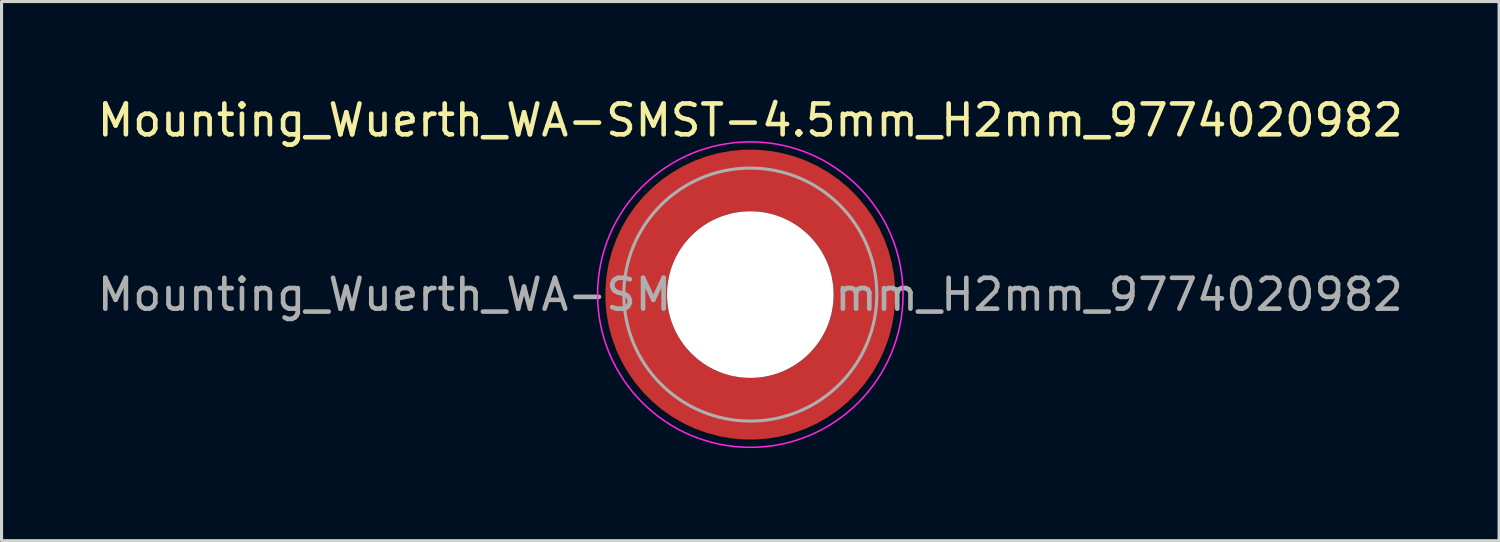
<source format=kicad_pcb>
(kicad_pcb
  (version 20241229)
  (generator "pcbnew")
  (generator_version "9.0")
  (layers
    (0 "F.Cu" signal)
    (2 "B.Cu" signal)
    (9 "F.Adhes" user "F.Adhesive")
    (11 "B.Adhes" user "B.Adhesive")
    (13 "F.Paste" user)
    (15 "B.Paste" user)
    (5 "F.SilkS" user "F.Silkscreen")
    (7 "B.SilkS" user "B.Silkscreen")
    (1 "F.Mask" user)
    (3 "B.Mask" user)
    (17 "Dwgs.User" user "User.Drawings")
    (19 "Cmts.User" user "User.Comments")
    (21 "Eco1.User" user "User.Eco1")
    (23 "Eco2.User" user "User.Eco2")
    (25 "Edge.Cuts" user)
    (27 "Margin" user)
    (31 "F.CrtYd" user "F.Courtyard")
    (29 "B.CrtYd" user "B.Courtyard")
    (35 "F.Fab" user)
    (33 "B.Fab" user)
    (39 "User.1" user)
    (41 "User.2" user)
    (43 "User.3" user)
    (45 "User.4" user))
  (footprint "Mounting_Wuerth_WA-SMST-4.5mm_H2mm_9774020982"
    (layer "F.Cu")
    (at 21.268 6.498)
    (property "Reference" "Mounting_Wuerth_WA-SMST-4.5mm_H2mm_9774020982" (at 0 -5.65 0) (layer "F.SilkS") (effects (font (size 1 1) (thickness 0.15))))
    (attr smd)
    (fp_circle (center 0 0) (end 4.95 0) (stroke (width 0.05) (type solid)) (fill no) (layer "F.CrtYd"))
    (fp_circle (center 0 0) (end 4.1 0) (stroke (width 0.1) (type solid)) (fill no) (layer "F.Fab"))
    (fp_text user "${REFERENCE}" (at 0 0 0) (layer "F.Fab") (effects (font (size 1 1) (thickness 0.15))))
    (pad "" smd custom (at -2.607 -2.607) (size 1.495 1.495) (layers "F.Paste") (options (anchor circle)) (primitives (gr_arc (start -0.188183 2.107456) (mid 0.598928 0.599619) (end 2.106494 -0.188011) (width 0.2)) (gr_arc (start -0.289416 2.107456) (mid 0.528508 0.529033) (end 2.106724 -0.28929) (width 0.2)) (gr_arc (start -0.390547 2.107456) (mid 0.457087 0.459449) (end 2.104161 -0.389996) (width 0.2)) (gr_arc (start -0.491585 2.107456) (mid 0.386415 0.389116) (end 2.103685 -0.490974) (width 0.2)) (gr_arc (start -0.59254 2.107456) (mid 0.31649 0.318035) (end 2.105297 -0.592202) (width 0.2)) (gr_arc (start -0.693419 2.107456) (mid 0.245252 0.248268) (end 2.103239 -0.692777) (width 0.2)) (gr_arc (start -0.794229 2.107456) (mid 0.174636 0.177878) (end 2.102921 -0.793559) (width 0.2)) (gr_arc (start -0.894975 2.107456) (mid 0.104643 0.106866) (end 2.104343 -0.894529) (width 0.2)) (gr_arc (start -0.995664 2.107456) (mid 0.033026 0.037479) (end 2.101219 -0.994793) (width 0.2)) (gr_arc (start -1.0963 2.107456) (mid -0.035789 -0.034714) (end 2.105949 -1.096096) (width 0.2)) (gr_arc (start -1.196886 2.107456) (mid -0.106351 -0.105157) (end 2.105783 -1.196666) (width 0.2)) (gr_arc (start -1.297427 2.107456) (mid -0.176416 -0.176097) (end 2.107009 -1.29737) (width 0.2)) (gr_arc (start -1.397927 2.107456) (mid -0.248476 -0.245042) (end 2.102638 -1.397323) (width 0.2)) (gr_arc (start -1.498388 2.107456) (mid -0.317612 -0.316913) (end 2.106475 -1.498268) (width 0.2)) (gr_arc (start -1.598813 2.107456) (mid -0.388865 -0.386665) (end 2.104366 -1.598444) (width 0.2)) (gr_arc (start -1.699204 2.107456) (mid -0.459747 -0.456787) (end 2.103299 -1.698719) (width 0.2)) (gr_arc (start -1.799565 2.107456) (mid -0.530257 -0.527283) (end 2.103277 -1.799089) (width 0.2)) (gr_arc (start -1.899896 2.107456) (mid -0.600396 -0.59815) (end 2.104299 -1.899545) (width 0.2)) (gr_arc (start -1.899896 2.107456) (mid -0.600396 -0.59815) (end 2.104299 -1.899545) (width 0.2)) (gr_line (start 2.107 -0.188) (end 2.107 -1.9) (width 0.2)) (gr_line (start -0.188 2.107) (end -1.9 2.107) (width 0.2))))
    (pad "" smd custom (at -2.607 2.607) (size 1.495 1.495) (layers "F.Paste") (options (anchor circle)) (primitives (gr_arc (start 2.107456 0.188183) (mid 0.599619 -0.598928) (end -0.188011 -2.106494) (width 0.2)) (gr_arc (start 2.107456 0.289416) (mid 0.529033 -0.528508) (end -0.28929 -2.106724) (width 0.2)) (gr_arc (start 2.107456 0.390547) (mid 0.459449 -0.457087) (end -0.389996 -2.104161) (width 0.2)) (gr_arc (start 2.107456 0.491585) (mid 0.389116 -0.386415) (end -0.490974 -2.103685) (width 0.2)) (gr_arc (start 2.107456 0.59254) (mid 0.318035 -0.31649) (end -0.592202 -2.105297) (width 0.2)) (gr_arc (start 2.107456 0.693419) (mid 0.248268 -0.245252) (end -0.692777 -2.103239) (width 0.2)) (gr_arc (start 2.107456 0.794229) (mid 0.177878 -0.174636) (end -0.793559 -2.102921) (width 0.2)) (gr_arc (start 2.107456 0.894975) (mid 0.106866 -0.104643) (end -0.894529 -2.104343) (width 0.2)) (gr_arc (start 2.107456 0.995664) (mid 0.037479 -0.033026) (end -0.994793 -2.101219) (width 0.2)) (gr_arc (start 2.107456 1.0963) (mid -0.034714 0.035789) (end -1.096096 -2.105949) (width 0.2)) (gr_arc (start 2.107456 1.196886) (mid -0.105157 0.106351) (end -1.196666 -2.105783) (width 0.2)) (gr_arc (start 2.107456 1.297427) (mid -0.176097 0.176416) (end -1.29737 -2.107009) (width 0.2)) (gr_arc (start 2.107456 1.397927) (mid -0.245042 0.248476) (end -1.397323 -2.102638) (width 0.2)) (gr_arc (start 2.107456 1.498388) (mid -0.316913 0.317612) (end -1.498268 -2.106475) (width 0.2)) (gr_arc (start 2.107456 1.598813) (mid -0.386665 0.388865) (end -1.598444 -2.104366) (width 0.2)) (gr_arc (start 2.107456 1.699204) (mid -0.456787 0.459747) (end -1.698719 -2.103299) (width 0.2)) (gr_arc (start 2.107456 1.799565) (mid -0.527283 0.530257) (end -1.799089 -2.103277) (width 0.2)) (gr_arc (start 2.107456 1.899896) (mid -0.59815 0.600396) (end -1.899545 -2.104299) (width 0.2)) (gr_arc (start 2.107456 1.899896) (mid -0.59815 0.600396) (end -1.899545 -2.104299) (width 0.2)) (gr_line (start -0.188 -2.107) (end -1.9 -2.107) (width 0.2)) (gr_line (start 2.107 0.188) (end 2.107 1.9) (width 0.2))))
    (pad "" np_thru_hole circle (at 0 0) (size 5.4 5.4) (drill 5.4) (layers "*.Cu" "*.Mask"))
    (pad "" smd custom (at 2.607 -2.607) (size 1.495 1.495) (layers "F.Paste") (options (anchor circle)) (primitives (gr_arc (start -2.107456 -0.188183) (mid -0.599619 0.598928) (end 0.188011 2.106494) (width 0.2)) (gr_arc (start -2.107456 -0.289416) (mid -0.529033 0.528508) (end 0.28929 2.106724) (width 0.2)) (gr_arc (start -2.107456 -0.390547) (mid -0.459449 0.457087) (end 0.389996 2.104161) (width 0.2)) (gr_arc (start -2.107456 -0.491585) (mid -0.389116 0.386415) (end 0.490974 2.103685) (width 0.2)) (gr_arc (start -2.107456 -0.59254) (mid -0.318035 0.31649) (end 0.592202 2.105297) (width 0.2)) (gr_arc (start -2.107456 -0.693419) (mid -0.248268 0.245252) (end 0.692777 2.103239) (width 0.2)) (gr_arc (start -2.107456 -0.794229) (mid -0.177878 0.174636) (end 0.793559 2.102921) (width 0.2)) (gr_arc (start -2.107456 -0.894975) (mid -0.106866 0.104643) (end 0.894529 2.104343) (width 0.2)) (gr_arc (start -2.107456 -0.995664) (mid -0.037479 0.033026) (end 0.994793 2.101219) (width 0.2)) (gr_arc (start -2.107456 -1.0963) (mid 0.034714 -0.035789) (end 1.096096 2.105949) (width 0.2)) (gr_arc (start -2.107456 -1.196886) (mid 0.105157 -0.106351) (end 1.196666 2.105783) (width 0.2)) (gr_arc (start -2.107456 -1.297427) (mid 0.176097 -0.176416) (end 1.29737 2.107009) (width 0.2)) (gr_arc (start -2.107456 -1.397927) (mid 0.245042 -0.248476) (end 1.397323 2.102638) (width 0.2)) (gr_arc (start -2.107456 -1.498388) (mid 0.316913 -0.317612) (end 1.498268 2.106475) (width 0.2)) (gr_arc (start -2.107456 -1.598813) (mid 0.386665 -0.388865) (end 1.598444 2.104366) (width 0.2)) (gr_arc (start -2.107456 -1.699204) (mid 0.456787 -0.459747) (end 1.698719 2.103299) (width 0.2)) (gr_arc (start -2.107456 -1.799565) (mid 0.527283 -0.530257) (end 1.799089 2.103277) (width 0.2)) (gr_arc (start -2.107456 -1.899896) (mid 0.59815 -0.600396) (end 1.899545 2.104299) (width 0.2)) (gr_arc (start -2.107456 -1.899896) (mid 0.59815 -0.600396) (end 1.899545 2.104299) (width 0.2)) (gr_line (start 0.188 2.107) (end 1.9 2.107) (width 0.2)) (gr_line (start -2.107 -0.188) (end -2.107 -1.9) (width 0.2))))
    (pad "" smd custom (at 2.607 2.607) (size 1.495 1.495) (layers "F.Paste") (options (anchor circle)) (primitives (gr_arc (start 0.188183 -2.107456) (mid -0.598928 -0.599619) (end -2.106494 0.188011) (width 0.2)) (gr_arc (start 0.289416 -2.107456) (mid -0.528508 -0.529033) (end -2.106724 0.28929) (width 0.2)) (gr_arc (start 0.390547 -2.107456) (mid -0.457087 -0.459449) (end -2.104161 0.389996) (width 0.2)) (gr_arc (start 0.491585 -2.107456) (mid -0.386415 -0.389116) (end -2.103685 0.490974) (width 0.2)) (gr_arc (start 0.59254 -2.107456) (mid -0.31649 -0.318035) (end -2.105297 0.592202) (width 0.2)) (gr_arc (start 0.693419 -2.107456) (mid -0.245252 -0.248268) (end -2.103239 0.692777) (width 0.2)) (gr_arc (start 0.794229 -2.107456) (mid -0.174636 -0.177878) (end -2.102921 0.793559) (width 0.2)) (gr_arc (start 0.894975 -2.107456) (mid -0.104643 -0.106866) (end -2.104343 0.894529) (width 0.2)) (gr_arc (start 0.995664 -2.107456) (mid -0.033026 -0.037479) (end -2.101219 0.994793) (width 0.2)) (gr_arc (start 1.0963 -2.107456) (mid 0.035789 0.034714) (end -2.105949 1.096096) (width 0.2)) (gr_arc (start 1.196886 -2.107456) (mid 0.106351 0.105157) (end -2.105783 1.196666) (width 0.2)) (gr_arc (start 1.297427 -2.107456) (mid 0.176416 0.176097) (end -2.107009 1.29737) (width 0.2)) (gr_arc (start 1.397927 -2.107456) (mid 0.248476 0.245042) (end -2.102638 1.397323) (width 0.2)) (gr_arc (start 1.498388 -2.107456) (mid 0.317612 0.316913) (end -2.106475 1.498268) (width 0.2)) (gr_arc (start 1.598813 -2.107456) (mid 0.388865 0.386665) (end -2.104366 1.598444) (width 0.2)) (gr_arc (start 1.699204 -2.107456) (mid 0.459747 0.456787) (end -2.103299 1.698719) (width 0.2)) (gr_arc (start 1.799565 -2.107456) (mid 0.530257 0.527283) (end -2.103277 1.799089) (width 0.2)) (gr_arc (start 1.899896 -2.107456) (mid 0.600396 0.59815) (end -2.104299 1.899545) (width 0.2)) (gr_arc (start 1.899896 -2.107456) (mid 0.600396 0.59815) (end -2.104299 1.899545) (width 0.2)) (gr_line (start -2.107 0.188) (end -2.107 1.9) (width 0.2)) (gr_line (start 0.188 -2.107) (end 1.9 -2.107) (width 0.2))))
    (pad "1" smd circle (at -3.7 0) (size 1.6 1.6) (layers "F.Cu"))
    (pad "1" smd circle (at 0 -3.7) (size 1.6 1.6) (layers "F.Cu"))
    (pad "1" smd circle (at 0 3.7) (size 1.6 1.6) (layers "F.Cu"))
    (pad "1" smd custom (at 3.7 0) (size 1.6 1.6) (layers "F.Cu" "F.Mask") (options (anchor circle)) (primitives (gr_circle (center -3.7 0) (end 0 0) (width 2) (fill no)))))
  (gr_rect
    (start -3 -3)
    (end 45.536 14.473)
    (stroke (width 0.1) (type default))
    (fill no)
    (layer "Edge.Cuts")))
</source>
